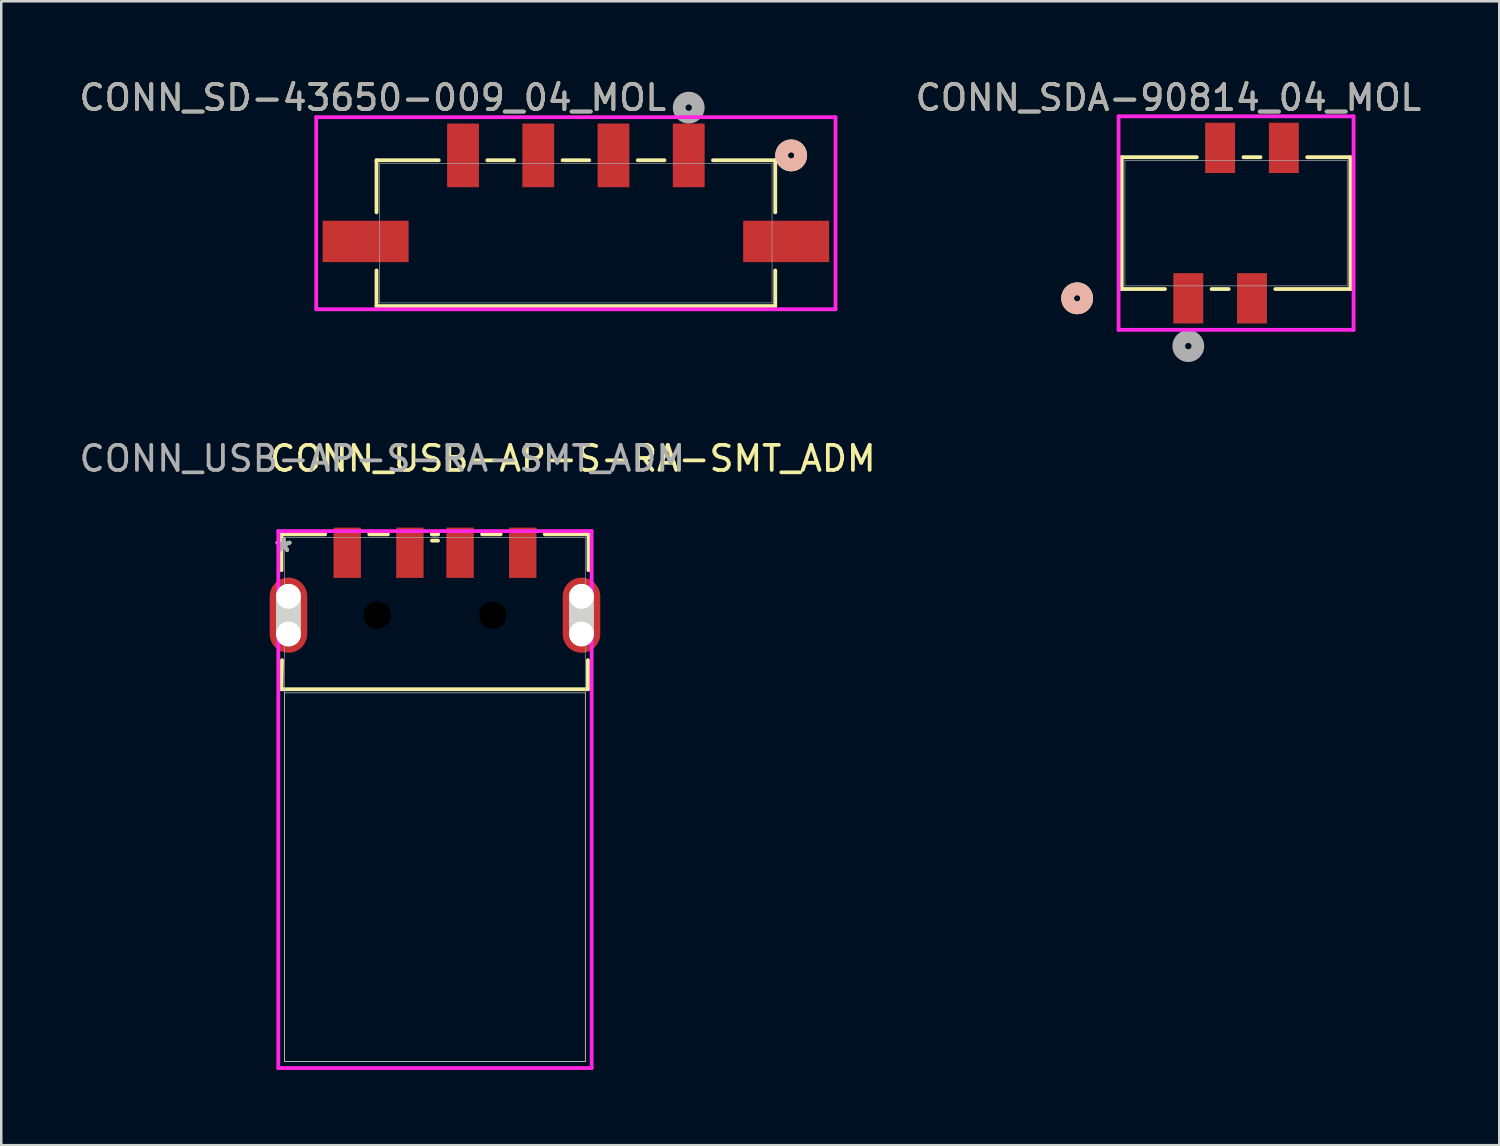
<source format=kicad_pcb>
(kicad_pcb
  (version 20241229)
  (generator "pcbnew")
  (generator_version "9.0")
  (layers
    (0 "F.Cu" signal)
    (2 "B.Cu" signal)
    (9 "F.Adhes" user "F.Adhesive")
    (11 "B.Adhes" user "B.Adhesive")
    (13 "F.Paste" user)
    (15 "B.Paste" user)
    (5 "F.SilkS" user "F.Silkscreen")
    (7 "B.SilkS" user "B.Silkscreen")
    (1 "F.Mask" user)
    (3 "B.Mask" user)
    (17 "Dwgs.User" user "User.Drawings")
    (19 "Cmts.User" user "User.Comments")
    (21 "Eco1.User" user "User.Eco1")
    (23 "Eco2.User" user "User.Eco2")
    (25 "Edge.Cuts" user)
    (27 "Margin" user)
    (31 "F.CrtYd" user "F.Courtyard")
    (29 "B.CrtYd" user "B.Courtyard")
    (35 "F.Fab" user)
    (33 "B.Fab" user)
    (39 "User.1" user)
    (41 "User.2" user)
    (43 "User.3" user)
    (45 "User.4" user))
  (footprint "CONN_SD-43650-009_04_MOL"
    (layer "F.Cu")
    (at 19.915 6.248)
    (property "Reference" "CONN_SD-43650-009_04_MOL" (at -8.1 -5.4 0) (unlocked yes) (layer "F.SilkS") (effects (font (size 1 1) (thickness 0.15))))
    (attr smd)
    (fp_line (start -7.95 -2.908) (end -7.95 -0.83) (stroke (width 0.152) (type solid)) (layer "F.SilkS"))
    (fp_line (start -7.95 1.487) (end -7.95 2.908) (stroke (width 0.152) (type solid)) (layer "F.SilkS"))
    (fp_line (start -7.95 2.908) (end 7.95 2.908) (stroke (width 0.152) (type solid)) (layer "F.SilkS"))
    (fp_line (start -5.468 -2.908) (end -7.95 -2.908) (stroke (width 0.152) (type solid)) (layer "F.SilkS"))
    (fp_line (start -2.468 -2.908) (end -3.532 -2.908) (stroke (width 0.152) (type solid)) (layer "F.SilkS"))
    (fp_line (start 0.532 -2.908) (end -0.532 -2.908) (stroke (width 0.152) (type solid)) (layer "F.SilkS"))
    (fp_line (start 3.532 -2.908) (end 2.468 -2.908) (stroke (width 0.152) (type solid)) (layer "F.SilkS"))
    (fp_line (start 7.95 -2.908) (end 5.468 -2.908) (stroke (width 0.152) (type solid)) (layer "F.SilkS"))
    (fp_line (start 7.95 -0.83) (end 7.95 -2.908) (stroke (width 0.152) (type solid)) (layer "F.SilkS"))
    (fp_line (start 7.95 2.908) (end 7.95 1.487) (stroke (width 0.152) (type solid)) (layer "F.SilkS"))
    (fp_circle (center 8.585 -3.101) (end 8.966 -3.101) (stroke (width 0.508) (type solid)) (fill no) (layer "F.SilkS"))
    (fp_circle (center 8.585 -3.101) (end 8.966 -3.101) (stroke (width 0.508) (type solid)) (fill no) (layer "B.SilkS"))
    (fp_line (start -10.354 -4.625) (end -10.354 3.035) (stroke (width 0.152) (type solid)) (layer "F.CrtYd"))
    (fp_line (start -10.354 3.035) (end 10.354 3.035) (stroke (width 0.152) (type solid)) (layer "F.CrtYd"))
    (fp_line (start 10.354 -4.625) (end -10.354 -4.625) (stroke (width 0.152) (type solid)) (layer "F.CrtYd"))
    (fp_line (start 10.354 3.035) (end 10.354 -4.625) (stroke (width 0.152) (type solid)) (layer "F.CrtYd"))
    (fp_line (start -7.823 -2.781) (end -7.823 2.781) (stroke (width 0.025) (type solid)) (layer "F.Fab"))
    (fp_line (start -7.823 2.781) (end 7.823 2.781) (stroke (width 0.025) (type solid)) (layer "F.Fab"))
    (fp_line (start 7.823 -2.781) (end -7.823 -2.781) (stroke (width 0.025) (type solid)) (layer "F.Fab"))
    (fp_line (start 7.823 2.781) (end 7.823 -2.781) (stroke (width 0.025) (type solid)) (layer "F.Fab"))
    (fp_circle (center 4.5 -5.006) (end 4.881 -5.006) (stroke (width 0.508) (type solid)) (fill no) (layer "F.Fab"))
    (fp_text user "${REFERENCE}" (at -8.1 -5.4 0) (unlocked yes) (layer "F.Fab") (effects (font (size 1 1) (thickness 0.15))))
    (pad "1" smd rect (at 4.5 -3.101) (size 1.27 2.54) (layers "F.Cu" "F.Mask" "F.Paste"))
    (pad "2" smd rect (at 1.5 -3.101) (size 1.27 2.54) (layers "F.Cu" "F.Mask" "F.Paste"))
    (pad "3" smd rect (at -1.5 -3.101) (size 1.27 2.54) (layers "F.Cu" "F.Mask" "F.Paste"))
    (pad "4" smd rect (at -4.5 -3.101) (size 1.27 2.54) (layers "F.Cu" "F.Mask" "F.Paste"))
    (pad "5" smd rect (at -8.385 0.329) (size 3.429 1.651) (layers "F.Cu" "F.Mask" "F.Paste"))
    (pad "6" smd rect (at 8.385 0.329) (size 3.429 1.651) (layers "F.Cu" "F.Mask" "F.Paste")))
  (footprint "CONN_USB-AP-S-RA-SMT_ADM"
    (layer "F.Cu")
    (at 14.296 28.835)
    (property "Reference" "CONN_USB-AP-S-RA-SMT_ADM" (at 5.5 -13.6 0) (unlocked yes) (layer "F.SilkS") (effects (font (size 1 1) (thickness 0.15))))
    (attr smd)
    (fp_line (start -6.121 -10.579) (end -6.121 -9.148) (stroke (width 0.152) (type solid)) (layer "F.SilkS"))
    (fp_line (start -6.121 -4.4) (end 6.1 -4.4) (stroke (width 0.152) (type solid)) (layer "F.SilkS"))
    (fp_line (start -6.1 -5.559) (end -6.121 -4.4) (stroke (width 0.152) (type solid)) (layer "F.SilkS"))
    (fp_line (start -4.379 -10.579) (end -6.121 -10.579) (stroke (width 0.152) (type solid)) (layer "F.SilkS"))
    (fp_line (start -1.879 -10.579) (end -2.621 -10.579) (stroke (width 0.152) (type solid)) (layer "F.SilkS"))
    (fp_line (start -0.121 -10.325) (end 0.121 -10.325) (stroke (width 0.152) (type solid)) (layer "F.SilkS"))
    (fp_line (start 0.121 -10.579) (end -0.121 -10.579) (stroke (width 0.152) (type solid)) (layer "F.SilkS"))
    (fp_line (start 0.121 -10.579) (end -0.121 -10.579) (stroke (width 0.152) (type solid)) (layer "F.SilkS"))
    (fp_line (start 2.621 -10.579) (end 1.879 -10.579) (stroke (width 0.152) (type solid)) (layer "F.SilkS"))
    (fp_line (start 6.1 -4.4) (end 6.1 -5.559) (stroke (width 0.152) (type solid)) (layer "F.SilkS"))
    (fp_line (start 6.121 -10.579) (end 4.379 -10.579) (stroke (width 0.152) (type solid)) (layer "F.SilkS"))
    (fp_line (start 6.121 -9.148) (end 6.121 -10.579) (stroke (width 0.152) (type solid)) (layer "F.SilkS"))
    (fp_line (start -5.994 -4.255) (end -5.994 10.452) (stroke (width 0.025) (type solid)) (layer "Edge.Cuts"))
    (fp_line (start -5.994 -4.255) (end 5.994 -4.255) (stroke (width 0.025) (type solid)) (layer "Edge.Cuts"))
    (fp_line (start -5.994 10.452) (end 5.994 10.452) (stroke (width 0.025) (type solid)) (layer "Edge.Cuts"))
    (fp_line (start -5.842 -6.604) (end -5.842 -8.103) (stroke (width 0.991) (type solid)) (layer "Edge.Cuts"))
    (fp_line (start 5.842 -6.604) (end 5.842 -8.103) (stroke (width 0.991) (type solid)) (layer "Edge.Cuts"))
    (fp_line (start 5.994 10.452) (end 5.994 -4.255) (stroke (width 0.025) (type solid)) (layer "Edge.Cuts"))
    (fp_line (start -6.248 -10.706) (end -6.248 10.706) (stroke (width 0.152) (type solid)) (layer "F.CrtYd"))
    (fp_line (start -6.248 10.706) (end 6.248 10.706) (stroke (width 0.152) (type solid)) (layer "F.CrtYd"))
    (fp_line (start 6.248 -10.706) (end -6.248 -10.706) (stroke (width 0.152) (type solid)) (layer "F.CrtYd"))
    (fp_line (start 6.248 10.706) (end 6.248 -10.706) (stroke (width 0.152) (type solid)) (layer "F.CrtYd"))
    (fp_line (start -5.994 -10.452) (end -5.994 10.452) (stroke (width 0.025) (type solid)) (layer "F.Fab"))
    (fp_line (start -5.994 10.452) (end 5.994 10.452) (stroke (width 0.025) (type solid)) (layer "F.Fab"))
    (fp_line (start 0 -10.452) (end 0 -10.452) (stroke (width 0.025) (type solid)) (layer "F.Fab"))
    (fp_line (start 0 -10.452) (end 0 -10.452) (stroke (width 0.025) (type solid)) (layer "F.Fab"))
    (fp_line (start 0 -10.452) (end 0 -10.452) (stroke (width 0.025) (type solid)) (layer "F.Fab"))
    (fp_line (start 0 -10.452) (end 0 -10.452) (stroke (width 0.025) (type solid)) (layer "F.Fab"))
    (fp_line (start 5.994 -10.452) (end -5.994 -10.452) (stroke (width 0.025) (type solid)) (layer "F.Fab"))
    (fp_line (start 5.994 10.452) (end 5.994 -10.452) (stroke (width 0.025) (type solid)) (layer "F.Fab"))
    (fp_text user "*" (at -6.04 -9.842 0) (unlocked yes) (layer "F.SilkS") (effects (font (size 1 1) (thickness 0.15))))
    (fp_text user "*" (at -6.04 -9.842 0) (layer "F.SilkS") (effects (font (size 1 1) (thickness 0.15))))
    (fp_text user "*" (at -6.04 -9.842 0) (layer "F.Fab") (effects (font (size 1 1) (thickness 0.15))))
    (fp_text user "*" (at -6.04 -9.842 0) (unlocked yes) (layer "F.Fab") (effects (font (size 1 1) (thickness 0.15))))
    (fp_text user "${REFERENCE}" (at -2.1 -13.6 0) (unlocked yes) (layer "F.Fab") (effects (font (size 1 1) (thickness 0.15))))
    (pad "" np_thru_hole circle (at -5.842 -8.103) (size 0.991 0.991) (drill 0.991) (layers "*.Cu" "*.Mask"))
    (pad "" np_thru_hole circle (at -5.842 -6.604) (size 0.991 0.991) (drill 0.991) (layers "*.Cu" "*.Mask"))
    (pad "" np_thru_hole circle (at -2.299 -7.353) (size 1.092 1.092) (drill 1.092) (layers))
    (pad "" np_thru_hole circle (at 2.299 -7.353) (size 1.092 1.092) (drill 1.092) (layers))
    (pad "" np_thru_hole circle (at 5.842 -8.103) (size 0.991 0.991) (drill 0.991) (layers "*.Cu" "*.Mask"))
    (pad "" np_thru_hole circle (at 5.842 -6.604) (size 0.991 0.991) (drill 0.991) (layers "*.Cu" "*.Mask"))
    (pad "1" smd rect (at -3.5 -9.842) (size 1.092 2.007) (layers "F.Cu" "F.Mask" "F.Paste"))
    (pad "2" smd rect (at -1 -9.842) (size 1.092 2.007) (layers "F.Cu" "F.Mask" "F.Paste"))
    (pad "3" smd rect (at 1 -9.842) (size 1.092 2.007) (layers "F.Cu" "F.Mask" "F.Paste"))
    (pad "4" smd rect (at 3.5 -9.842) (size 1.092 2.007) (layers "F.Cu" "F.Mask" "F.Paste"))
    (pad "7" smd oval (at -5.842 -7.353) (size 1.499 2.997) (layers "F.Cu" "F.Mask" "F.Paste"))
    (pad "8" smd oval (at 5.842 -7.353) (size 1.499 2.997) (layers "F.Cu" "F.Mask" "F.Paste")))
  (footprint "CONN_SDA-90814_04_MOL"
    (layer "F.Cu")
    (at 46.242 5.848)
    (property "Reference" "CONN_SDA-90814_04_MOL" (at -2.7 -5 0) (unlocked yes) (layer "F.SilkS") (effects (font (size 1 1) (thickness 0.15))))
    (attr smd)
    (fp_line (start -4.559 -2.629) (end -4.559 2.629) (stroke (width 0.152) (type solid)) (layer "F.SilkS"))
    (fp_line (start -4.559 2.629) (end -2.835 2.629) (stroke (width 0.152) (type solid)) (layer "F.SilkS"))
    (fp_line (start -1.565 -2.629) (end -4.559 -2.629) (stroke (width 0.152) (type solid)) (layer "F.SilkS"))
    (fp_line (start -0.975 2.629) (end -0.295 2.629) (stroke (width 0.152) (type solid)) (layer "F.SilkS"))
    (fp_line (start 0.975 -2.629) (end 0.295 -2.629) (stroke (width 0.152) (type solid)) (layer "F.SilkS"))
    (fp_line (start 1.565 2.629) (end 4.559 2.629) (stroke (width 0.152) (type solid)) (layer "F.SilkS"))
    (fp_line (start 4.559 -2.629) (end 2.835 -2.629) (stroke (width 0.152) (type solid)) (layer "F.SilkS"))
    (fp_line (start 4.559 2.629) (end 4.559 -2.629) (stroke (width 0.152) (type solid)) (layer "F.SilkS"))
    (fp_circle (center -6.337 2.998) (end -5.956 2.998) (stroke (width 0.508) (type solid)) (fill no) (layer "F.SilkS"))
    (fp_circle (center -6.337 2.998) (end -5.956 2.998) (stroke (width 0.508) (type solid)) (fill no) (layer "B.SilkS"))
    (fp_line (start -4.686 -4.259) (end -4.686 4.255) (stroke (width 0.152) (type solid)) (layer "F.CrtYd"))
    (fp_line (start -4.686 4.255) (end 4.686 4.255) (stroke (width 0.152) (type solid)) (layer "F.CrtYd"))
    (fp_line (start 4.686 -4.259) (end -4.686 -4.259) (stroke (width 0.152) (type solid)) (layer "F.CrtYd"))
    (fp_line (start 4.686 4.255) (end 4.686 -4.259) (stroke (width 0.152) (type solid)) (layer "F.CrtYd"))
    (fp_line (start -4.432 -2.502) (end -4.432 2.502) (stroke (width 0.025) (type solid)) (layer "F.Fab"))
    (fp_line (start -4.432 2.502) (end 4.432 2.502) (stroke (width 0.025) (type solid)) (layer "F.Fab"))
    (fp_line (start 4.432 -2.502) (end -4.432 -2.502) (stroke (width 0.025) (type solid)) (layer "F.Fab"))
    (fp_line (start 4.432 2.502) (end 4.432 -2.502) (stroke (width 0.025) (type solid)) (layer "F.Fab"))
    (fp_circle (center -1.905 4.903) (end -1.524 4.903) (stroke (width 0.508) (type solid)) (fill no) (layer "F.Fab"))
    (fp_text user "${REFERENCE}" (at -2.7 -5 0) (unlocked yes) (layer "F.Fab") (effects (font (size 1 1) (thickness 0.15))))
    (pad "1" smd rect (at -1.905 2.998) (size 1.194 2.007) (layers "F.Cu" "F.Mask" "F.Paste"))
    (pad "2" smd rect (at -0.635 -3.002) (size 1.194 2.007) (layers "F.Cu" "F.Mask" "F.Paste"))
    (pad "3" smd rect (at 0.635 2.998) (size 1.194 2.007) (layers "F.Cu" "F.Mask" "F.Paste"))
    (pad "4" smd rect (at 1.905 -3.002) (size 1.194 2.007) (layers "F.Cu" "F.Mask" "F.Paste")))
  (gr_rect
    (start -3 -3)
    (end 56.738 42.617)
    (stroke (width 0.1) (type default))
    (fill no)
    (layer "Edge.Cuts")))
</source>
